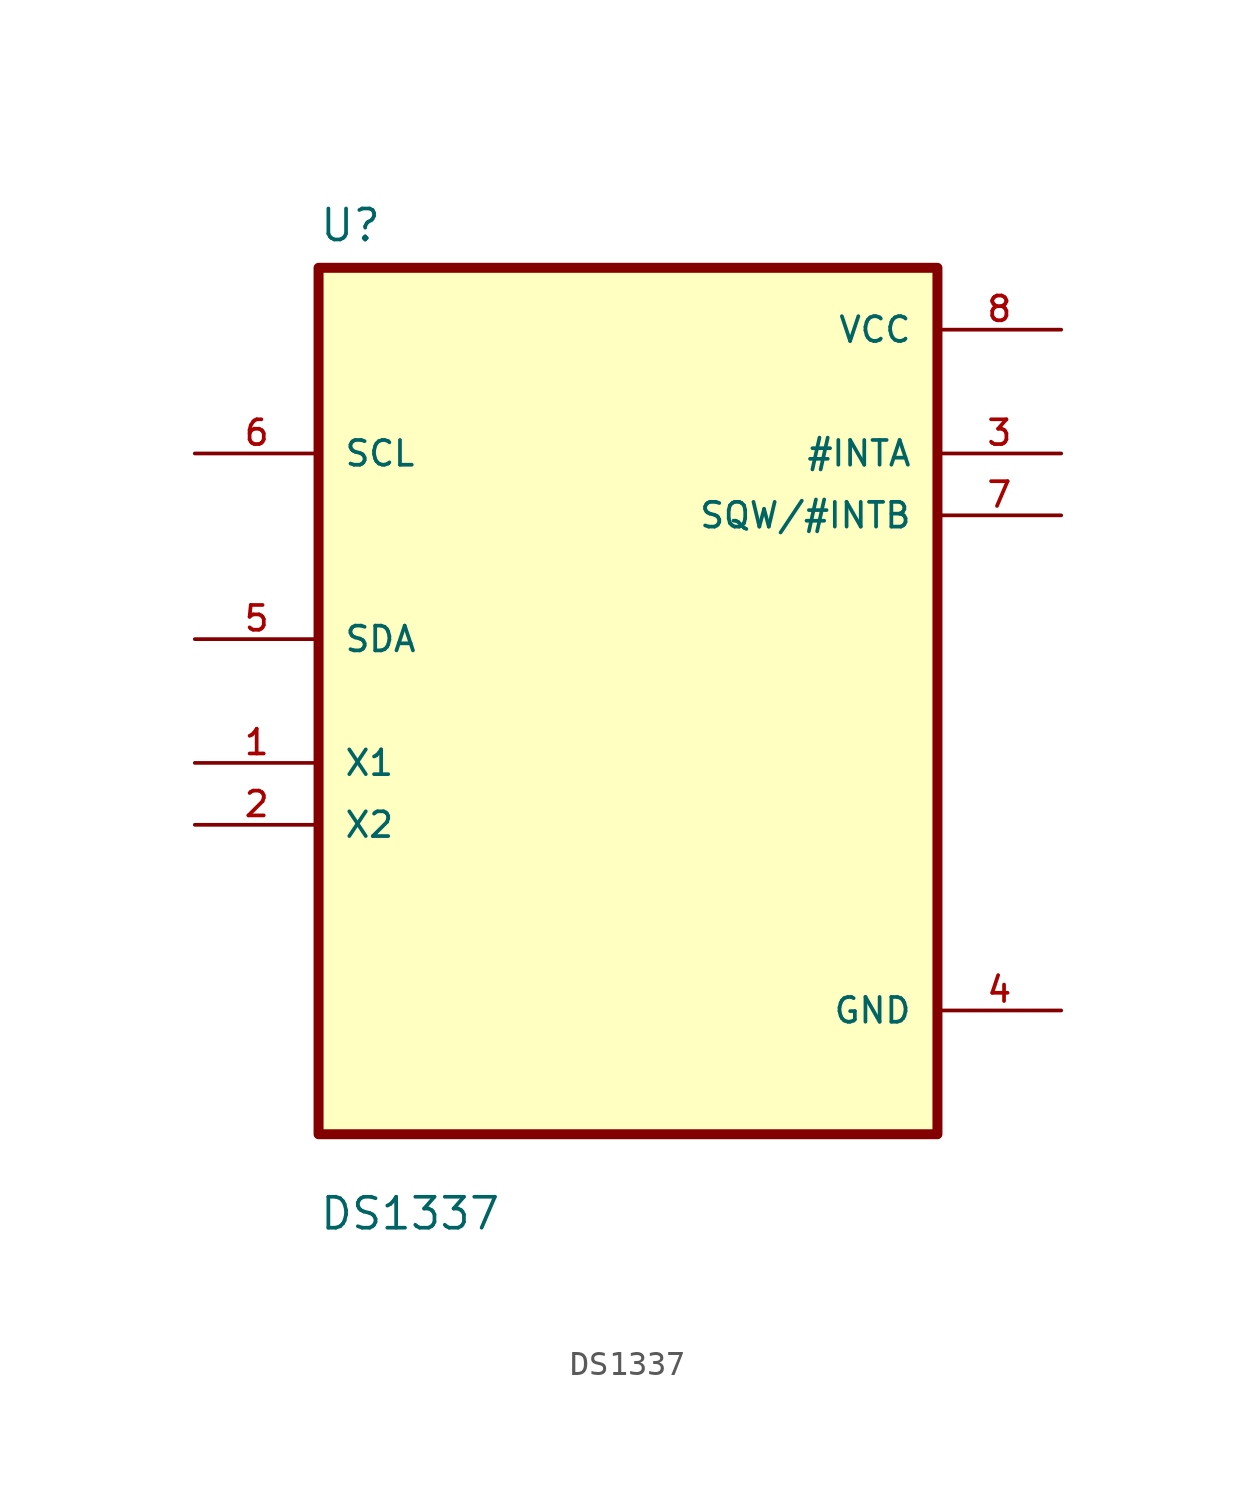
<source format=kicad_sym>
(kicad_symbol_lib
  (version 20211014)
  (generator kicad_symbol_editor)
  (symbol "DS1337"
    (pin_names
      (offset 1.016))
    (property "Reference" "U"
      (at -12.7 18.78 0.0)
      (effects (font (size 1.27 1.27)) (justify bottom left)))
    (property "Value" "DS1337"
      (at -12.7 -21.78 0.0)
      (effects (font (size 1.27 1.27)) (justify bottom left)))
    (symbol "DS1337_0_0"
      (rectangle (start -12.7 -17.78) (end 12.7 17.78) (stroke (width 0.41)) (fill (type background)))
      (pin input line (at -17.78 10.16 0) (length 5.08) (name "SCL" (effects (font (size 1.016 1.016)))) (number "6" (effects (font (size 1.016 1.016)))))
      (pin bidirectional line (at -17.78 2.54 0) (length 5.08) (name "SDA" (effects (font (size 1.016 1.016)))) (number "5" (effects (font (size 1.016 1.016)))))
      (pin bidirectional line (at -17.78 -2.54 0) (length 5.08) (name "X1" (effects (font (size 1.016 1.016)))) (number "1" (effects (font (size 1.016 1.016)))))
      (pin bidirectional line (at -17.78 -5.08 0) (length 5.08) (name "X2" (effects (font (size 1.016 1.016)))) (number "2" (effects (font (size 1.016 1.016)))))
      (pin power_in line (at 17.78 15.24 180.0) (length 5.08) (name "VCC" (effects (font (size 1.016 1.016)))) (number "8" (effects (font (size 1.016 1.016)))))
      (pin output line (at 17.78 10.16 180.0) (length 5.08) (name "#INTA" (effects (font (size 1.016 1.016)))) (number "3" (effects (font (size 1.016 1.016)))))
      (pin output line (at 17.78 7.62 180.0) (length 5.08) (name "SQW/#INTB" (effects (font (size 1.016 1.016)))) (number "7" (effects (font (size 1.016 1.016)))))
      (pin power_in line (at 17.78 -12.7 180.0) (length 5.08) (name "GND" (effects (font (size 1.016 1.016)))) (number "4" (effects (font (size 1.016 1.016))))))))
</source>
